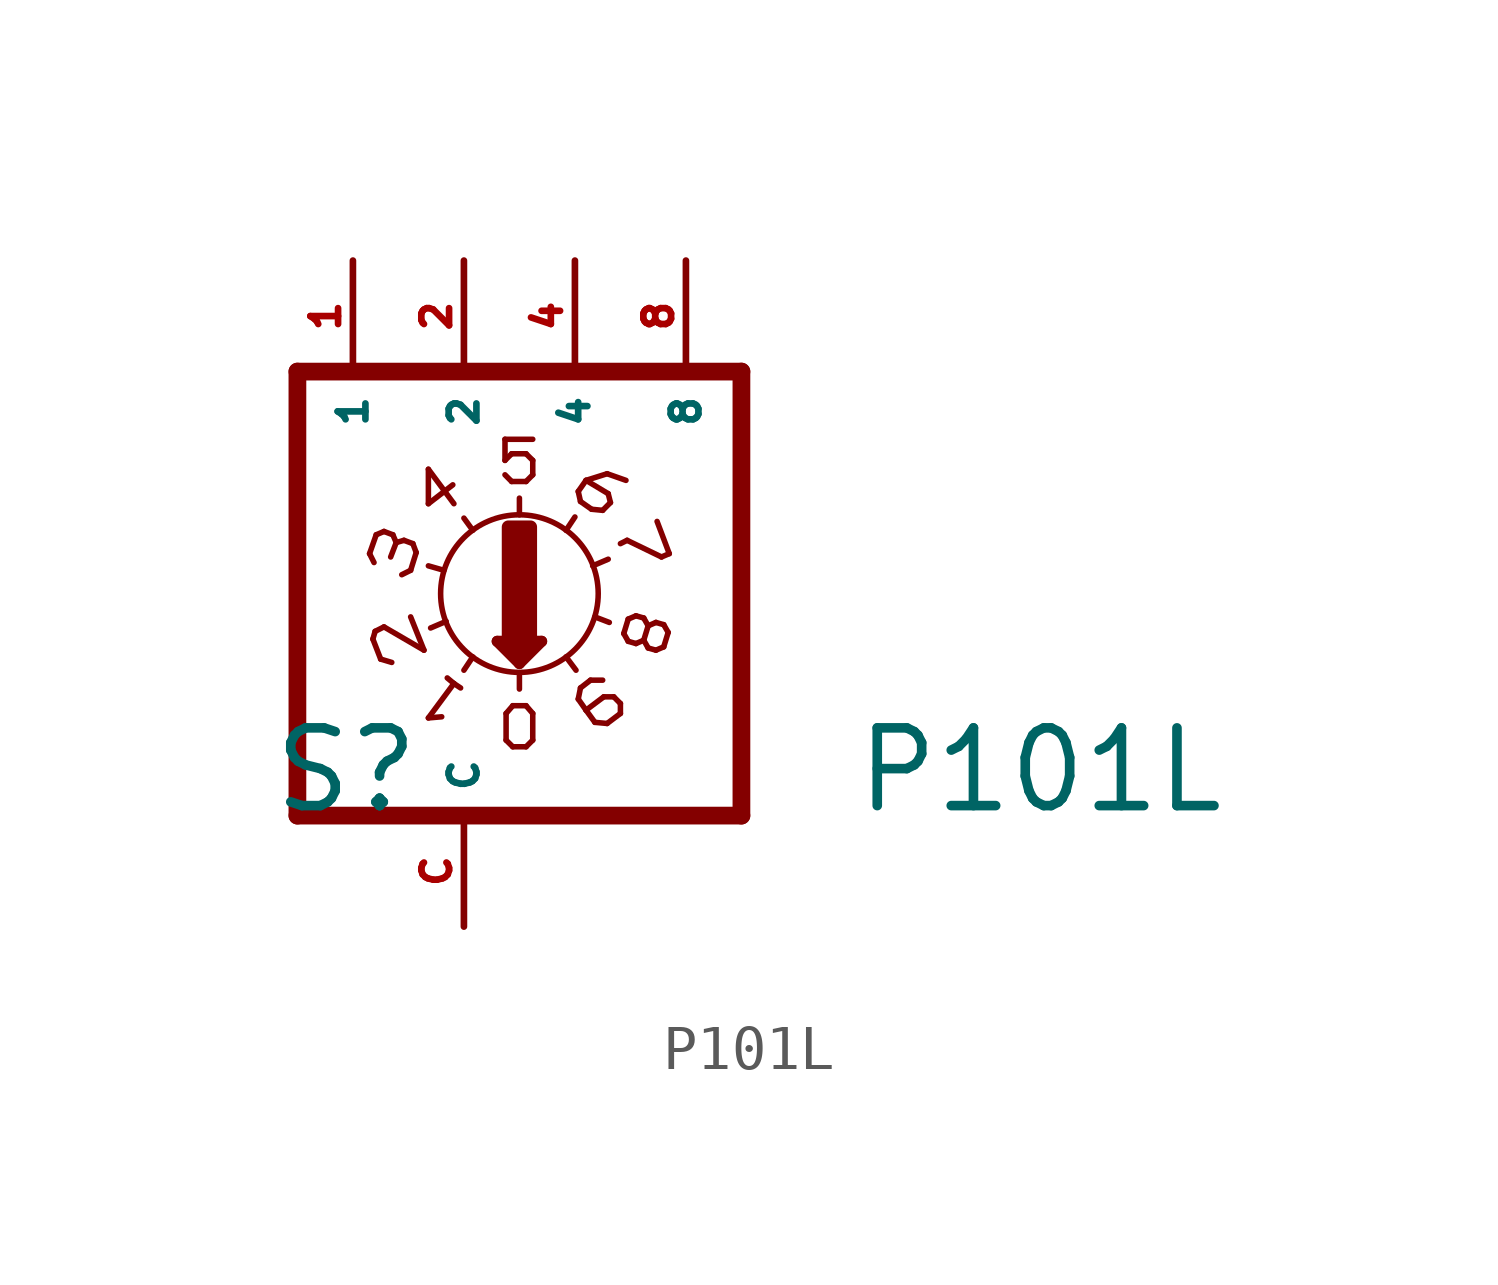
<source format=kicad_sym>
(kicad_symbol_lib
  (version 20220914)
  (generator Eagle2Kicad)
  (symbol "P101L"
    (property "Reference" "S"
      (at -4.445 -5.08 0)
      (effects (font (size 1.778 1.778) (thickness 0.22)) (justify left bottom)))
    (property "Value" "P101L"
      (at 8.89 -5.08 0)
      (effects (font (size 1.778 1.778) (thickness 0.22)) (justify left bottom)))
    (polyline
      (pts (xy 6.35 -5.08) (xy 6.35 5.08))
      (stroke (width 0.406) (type default))
      (fill (type none)))
    (polyline
      (pts (xy 1.27 1.803) (xy 1.27 2.184))
      (stroke (width 0.127) (type default))
      (fill (type none)))
    (polyline
      (pts (xy 0.762 -1.092) (xy 1.27 -1.6))
      (stroke (width 0.254) (type default))
      (fill (type none)))
    (polyline
      (pts (xy 1.27 -1.6) (xy 1.778 -1.092))
      (stroke (width 0.254) (type default))
      (fill (type none)))
    (polyline
      (pts (xy 1.778 -1.092) (xy 0.762 -1.092))
      (stroke (width 0.254) (type default))
      (fill (type none)))
    (polyline
      (pts (xy 1.27 -1.829) (xy 1.27 -2.184))
      (stroke (width 0.127) (type default))
      (fill (type none)))
    (polyline
      (pts (xy 1.016 -1.219) (xy 1.524 -1.219))
      (stroke (width 0.254) (type default))
      (fill (type none)))
    (polyline
      (pts (xy 1.27 -1.473) (xy 1.27 -1.346))
      (stroke (width 0.254) (type default))
      (fill (type none)))
    (polyline
      (pts (xy -3.81 -5.08) (xy -3.81 5.08))
      (stroke (width 0.406) (type default))
      (fill (type none)))
    (polyline
      (pts (xy 1.118 -3.505) (xy 1.422 -3.505))
      (stroke (width 0.127) (type default))
      (fill (type none)))
    (polyline
      (pts (xy 1.422 -3.505) (xy 1.575 -3.353))
      (stroke (width 0.127) (type default))
      (fill (type none)))
    (polyline
      (pts (xy 1.575 -3.353) (xy 1.575 -2.743))
      (stroke (width 0.127) (type default))
      (fill (type none)))
    (polyline
      (pts (xy 1.575 -2.743) (xy 1.422 -2.565))
      (stroke (width 0.127) (type default))
      (fill (type none)))
    (polyline
      (pts (xy 1.422 -2.565) (xy 1.118 -2.565))
      (stroke (width 0.127) (type default))
      (fill (type none)))
    (polyline
      (pts (xy 1.118 -2.565) (xy 0.965 -2.743))
      (stroke (width 0.127) (type default))
      (fill (type none)))
    (polyline
      (pts (xy 0.965 -2.743) (xy 0.965 -3.353))
      (stroke (width 0.127) (type default))
      (fill (type none)))
    (polyline
      (pts (xy 0.965 -3.353) (xy 1.118 -3.505))
      (stroke (width 0.127) (type default))
      (fill (type none)))
    (polyline
      (pts (xy 0.94 2.718) (xy 1.092 2.565))
      (stroke (width 0.127) (type default))
      (fill (type none)))
    (polyline
      (pts (xy 1.092 2.565) (xy 1.422 2.565))
      (stroke (width 0.127) (type default))
      (fill (type none)))
    (polyline
      (pts (xy 1.422 2.565) (xy 1.575 2.718))
      (stroke (width 0.127) (type default))
      (fill (type none)))
    (polyline
      (pts (xy 1.575 3.048) (xy 1.575 2.718))
      (stroke (width 0.127) (type default))
      (fill (type none)))
    (polyline
      (pts (xy 1.575 3.048) (xy 1.422 3.2))
      (stroke (width 0.127) (type default))
      (fill (type none)))
    (polyline
      (pts (xy 1.422 3.2) (xy 1.092 3.2))
      (stroke (width 0.127) (type default))
      (fill (type none)))
    (polyline
      (pts (xy 1.092 3.2) (xy 0.94 3.048))
      (stroke (width 0.127) (type default))
      (fill (type none)))
    (polyline
      (pts (xy 0.94 3.048) (xy 0.94 3.531))
      (stroke (width 0.127) (type default))
      (fill (type none)))
    (polyline
      (pts (xy 1.575 3.531) (xy 0.94 3.531))
      (stroke (width 0.127) (type default))
      (fill (type none)))
    (polyline
      (pts (xy -0.381 -1.93) (xy -0.229 -2.057))
      (stroke (width 0.127) (type default))
      (fill (type none)))
    (polyline
      (pts (xy 0.203 -1.448) (xy 0 -1.753))
      (stroke (width 0.127) (type default))
      (fill (type none)))
    (polyline
      (pts (xy -0.229 -2.057) (xy -0.813 -2.845))
      (stroke (width 0.127) (type default))
      (fill (type none)))
    (polyline
      (pts (xy -0.229 -2.057) (xy -0.076 -2.159))
      (stroke (width 0.127) (type default))
      (fill (type none)))
    (polyline
      (pts (xy -0.813 -2.845) (xy -0.508 -2.819))
      (stroke (width 0.127) (type default))
      (fill (type none)))
    (polyline
      (pts (xy -1.219 -0.533) (xy -0.914 -1.295))
      (stroke (width 0.127) (type default))
      (fill (type none)))
    (polyline
      (pts (xy -0.914 -1.295) (xy -1.829 -0.762))
      (stroke (width 0.127) (type default))
      (fill (type none)))
    (polyline
      (pts (xy -1.829 -0.762) (xy -2.032 -0.864))
      (stroke (width 0.127) (type default))
      (fill (type none)))
    (polyline
      (pts (xy -2.032 -0.864) (xy -2.083 -1.041))
      (stroke (width 0.127) (type default))
      (fill (type none)))
    (polyline
      (pts (xy -2.083 -1.041) (xy -1.905 -1.499))
      (stroke (width 0.127) (type default))
      (fill (type none)))
    (polyline
      (pts (xy -1.905 -1.499) (xy -1.651 -1.575))
      (stroke (width 0.127) (type default))
      (fill (type none)))
    (polyline
      (pts (xy -0.406 -0.635) (xy -0.762 -0.787))
      (stroke (width 0.127) (type default))
      (fill (type none)))
    (polyline
      (pts (xy -0.457 0.533) (xy -0.813 0.635))
      (stroke (width 0.127) (type default))
      (fill (type none)))
    (polyline
      (pts (xy -1.219 0.533) (xy -1.092 0.94))
      (stroke (width 0.127) (type default))
      (fill (type none)))
    (polyline
      (pts (xy -1.092 0.94) (xy -1.168 1.143))
      (stroke (width 0.127) (type default))
      (fill (type none)))
    (polyline
      (pts (xy -1.168 1.143) (xy -1.372 1.219))
      (stroke (width 0.127) (type default))
      (fill (type none)))
    (polyline
      (pts (xy -1.549 1.168) (xy -1.626 1.346))
      (stroke (width 0.127) (type default))
      (fill (type none)))
    (polyline
      (pts (xy -1.549 1.168) (xy -1.676 0.838))
      (stroke (width 0.127) (type default))
      (fill (type none)))
    (polyline
      (pts (xy -1.626 1.346) (xy -1.829 1.422))
      (stroke (width 0.127) (type default))
      (fill (type none)))
    (polyline
      (pts (xy -1.829 1.422) (xy -2.007 1.346))
      (stroke (width 0.127) (type default))
      (fill (type none)))
    (polyline
      (pts (xy -2.007 1.346) (xy -2.159 0.914))
      (stroke (width 0.127) (type default))
      (fill (type none)))
    (polyline
      (pts (xy -2.159 0.914) (xy -2.057 0.711))
      (stroke (width 0.127) (type default))
      (fill (type none)))
    (polyline
      (pts (xy -1.219 0.533) (xy -1.422 0.432))
      (stroke (width 0.127) (type default))
      (fill (type none)))
    (polyline
      (pts (xy -1.372 1.219) (xy -1.549 1.168))
      (stroke (width 0.127) (type default))
      (fill (type none)))
    (polyline
      (pts (xy -0.813 2.845) (xy -0.813 2.057))
      (stroke (width 0.127) (type default))
      (fill (type none)))
    (polyline
      (pts (xy -0.813 2.057) (xy -0.254 2.489))
      (stroke (width 0.127) (type default))
      (fill (type none)))
    (polyline
      (pts (xy -0.813 2.845) (xy -0.229 2.057))
      (stroke (width 0.127) (type default))
      (fill (type none)))
    (polyline
      (pts (xy 0.203 1.448) (xy 0 1.727))
      (stroke (width 0.127) (type default))
      (fill (type none)))
    (polyline
      (pts (xy 2.337 1.448) (xy 2.54 1.753))
      (stroke (width 0.127) (type default))
      (fill (type none)))
    (polyline
      (pts (xy 2.946 0.635) (xy 3.302 0.787))
      (stroke (width 0.127) (type default))
      (fill (type none)))
    (polyline
      (pts (xy 2.667 2.108) (xy 2.921 1.93))
      (stroke (width 0.127) (type default))
      (fill (type none)))
    (polyline
      (pts (xy 2.921 1.93) (xy 3.175 1.905))
      (stroke (width 0.127) (type default))
      (fill (type none)))
    (polyline
      (pts (xy 3.175 1.905) (xy 3.353 2.083))
      (stroke (width 0.127) (type default))
      (fill (type none)))
    (polyline
      (pts (xy 3.353 2.083) (xy 3.302 2.286))
      (stroke (width 0.127) (type default))
      (fill (type none)))
    (polyline
      (pts (xy 3.302 2.286) (xy 2.794 2.591))
      (stroke (width 0.127) (type default))
      (fill (type none)))
    (polyline
      (pts (xy 2.794 2.591) (xy 3.277 2.743))
      (stroke (width 0.127) (type default))
      (fill (type none)))
    (polyline
      (pts (xy 3.277 2.743) (xy 3.708 2.591))
      (stroke (width 0.127) (type default))
      (fill (type none)))
    (polyline
      (pts (xy 2.667 2.108) (xy 2.616 2.337))
      (stroke (width 0.127) (type default))
      (fill (type none)))
    (polyline
      (pts (xy 2.616 2.337) (xy 2.794 2.591))
      (stroke (width 0.127) (type default))
      (fill (type none)))
    (polyline
      (pts (xy 4.42 1.651) (xy 4.699 0.914))
      (stroke (width 0.127) (type default))
      (fill (type none)))
    (polyline
      (pts (xy 4.699 0.914) (xy 4.521 0.838))
      (stroke (width 0.127) (type default))
      (fill (type none)))
    (polyline
      (pts (xy 4.521 0.838) (xy 3.734 1.219))
      (stroke (width 0.127) (type default))
      (fill (type none)))
    (polyline
      (pts (xy 3.734 1.219) (xy 3.581 1.143))
      (stroke (width 0.127) (type default))
      (fill (type none)))
    (polyline
      (pts (xy 4.216 -0.737) (xy 4.115 -0.559))
      (stroke (width 0.127) (type default))
      (fill (type none)))
    (polyline
      (pts (xy 4.115 -0.559) (xy 3.937 -0.508))
      (stroke (width 0.127) (type default))
      (fill (type none)))
    (polyline
      (pts (xy 3.937 -0.508) (xy 3.759 -0.584))
      (stroke (width 0.127) (type default))
      (fill (type none)))
    (polyline
      (pts (xy 4.115 -1.067) (xy 4.216 -0.737))
      (stroke (width 0.127) (type default))
      (fill (type none)))
    (polyline
      (pts (xy 3.759 -0.584) (xy 3.658 -0.914))
      (stroke (width 0.127) (type default))
      (fill (type none)))
    (polyline
      (pts (xy 3.658 -0.914) (xy 3.759 -1.092))
      (stroke (width 0.127) (type default))
      (fill (type none)))
    (polyline
      (pts (xy 3.759 -1.092) (xy 3.937 -1.143))
      (stroke (width 0.127) (type default))
      (fill (type none)))
    (polyline
      (pts (xy 3.937 -1.143) (xy 4.115 -1.067))
      (stroke (width 0.127) (type default))
      (fill (type none)))
    (polyline
      (pts (xy 4.674 -0.889) (xy 4.572 -0.711))
      (stroke (width 0.127) (type default))
      (fill (type none)))
    (polyline
      (pts (xy 4.572 -0.711) (xy 4.394 -0.66))
      (stroke (width 0.127) (type default))
      (fill (type none)))
    (polyline
      (pts (xy 4.394 -0.66) (xy 4.216 -0.737))
      (stroke (width 0.127) (type default))
      (fill (type none)))
    (polyline
      (pts (xy 4.572 -1.219) (xy 4.674 -0.889))
      (stroke (width 0.127) (type default))
      (fill (type none)))
    (polyline
      (pts (xy 4.115 -1.067) (xy 4.216 -1.245))
      (stroke (width 0.127) (type default))
      (fill (type none)))
    (polyline
      (pts (xy 4.216 -1.245) (xy 4.394 -1.295))
      (stroke (width 0.127) (type default))
      (fill (type none)))
    (polyline
      (pts (xy 4.394 -1.295) (xy 4.572 -1.219))
      (stroke (width 0.127) (type default))
      (fill (type none)))
    (polyline
      (pts (xy 2.667 -2.159) (xy 2.896 -1.981))
      (stroke (width 0.127) (type default))
      (fill (type none)))
    (polyline
      (pts (xy 2.896 -1.981) (xy 3.175 -1.981))
      (stroke (width 0.127) (type default))
      (fill (type none)))
    (polyline
      (pts (xy 2.667 -2.159) (xy 2.616 -2.413))
      (stroke (width 0.127) (type default))
      (fill (type none)))
    (polyline
      (pts (xy 2.616 -2.413) (xy 2.794 -2.667))
      (stroke (width 0.127) (type default))
      (fill (type none)))
    (polyline
      (pts (xy 2.997 -2.946) (xy 3.277 -2.972))
      (stroke (width 0.127) (type default))
      (fill (type none)))
    (polyline
      (pts (xy 3.277 -2.972) (xy 3.581 -2.743))
      (stroke (width 0.127) (type default))
      (fill (type none)))
    (polyline
      (pts (xy 3.581 -2.743) (xy 3.581 -2.515))
      (stroke (width 0.127) (type default))
      (fill (type none)))
    (polyline
      (pts (xy 3.581 -2.515) (xy 3.429 -2.362))
      (stroke (width 0.127) (type default))
      (fill (type none)))
    (polyline
      (pts (xy 3.429 -2.362) (xy 3.2 -2.362))
      (stroke (width 0.127) (type default))
      (fill (type none)))
    (polyline
      (pts (xy 3.2 -2.362) (xy 2.794 -2.667))
      (stroke (width 0.127) (type default))
      (fill (type none)))
    (polyline
      (pts (xy 2.794 -2.667) (xy 2.997 -2.946))
      (stroke (width 0.127) (type default))
      (fill (type none)))
    (polyline
      (pts (xy 2.997 -0.533) (xy 3.327 -0.66))
      (stroke (width 0.127) (type default))
      (fill (type none)))
    (polyline
      (pts (xy 2.337 -1.448) (xy 2.565 -1.753))
      (stroke (width 0.127) (type default))
      (fill (type none)))
    (polyline
      (pts (xy -3.81 -5.08) (xy 6.35 -5.08))
      (stroke (width 0.406) (type default))
      (fill (type none)))
    (polyline
      (pts (xy 6.35 5.08) (xy -3.81 5.08))
      (stroke (width 0.406) (type default))
      (fill (type none)))
    (circle
      (center 1.27 0)
      (radius 1.803)
      (stroke (width 0.127) (type default))
      (fill (type none)))
    (rectangle
      (start 1.016 -1.016)
      (end 1.524 1.524)
      (stroke (width 0.3) (type default))
      (fill (type outline)))
    (pin passive line
      (at 5.08 7.62 270)
      (length 2.54)
      (name "8" (effects (font (size 0.635 0.635) (thickness 0.08)) (justify left bottom)))
      (number "8" (effects (font (size 0.635 0.635) (thickness 0.08)) (justify left bottom))))
    (pin passive line
      (at 2.54 7.62 270)
      (length 2.54)
      (name "4" (effects (font (size 0.635 0.635) (thickness 0.08)) (justify left bottom)))
      (number "4" (effects (font (size 0.635 0.635) (thickness 0.08)) (justify left bottom))))
    (pin passive line
      (at 0 7.62 270)
      (length 2.54)
      (name "2" (effects (font (size 0.635 0.635) (thickness 0.08)) (justify left bottom)))
      (number "2" (effects (font (size 0.635 0.635) (thickness 0.08)) (justify left bottom))))
    (pin passive line
      (at -2.54 7.62 270)
      (length 2.54)
      (name "1" (effects (font (size 0.635 0.635) (thickness 0.08)) (justify left bottom)))
      (number "1" (effects (font (size 0.635 0.635) (thickness 0.08)) (justify left bottom))))
    (pin passive line
      (at 0 -7.62 90)
      (length 2.54)
      (name "C" (effects (font (size 0.635 0.635) (thickness 0.08)) (justify left bottom)))
      (number "C" (effects (font (size 0.635 0.635) (thickness 0.08)) (justify left bottom))))))
</source>
